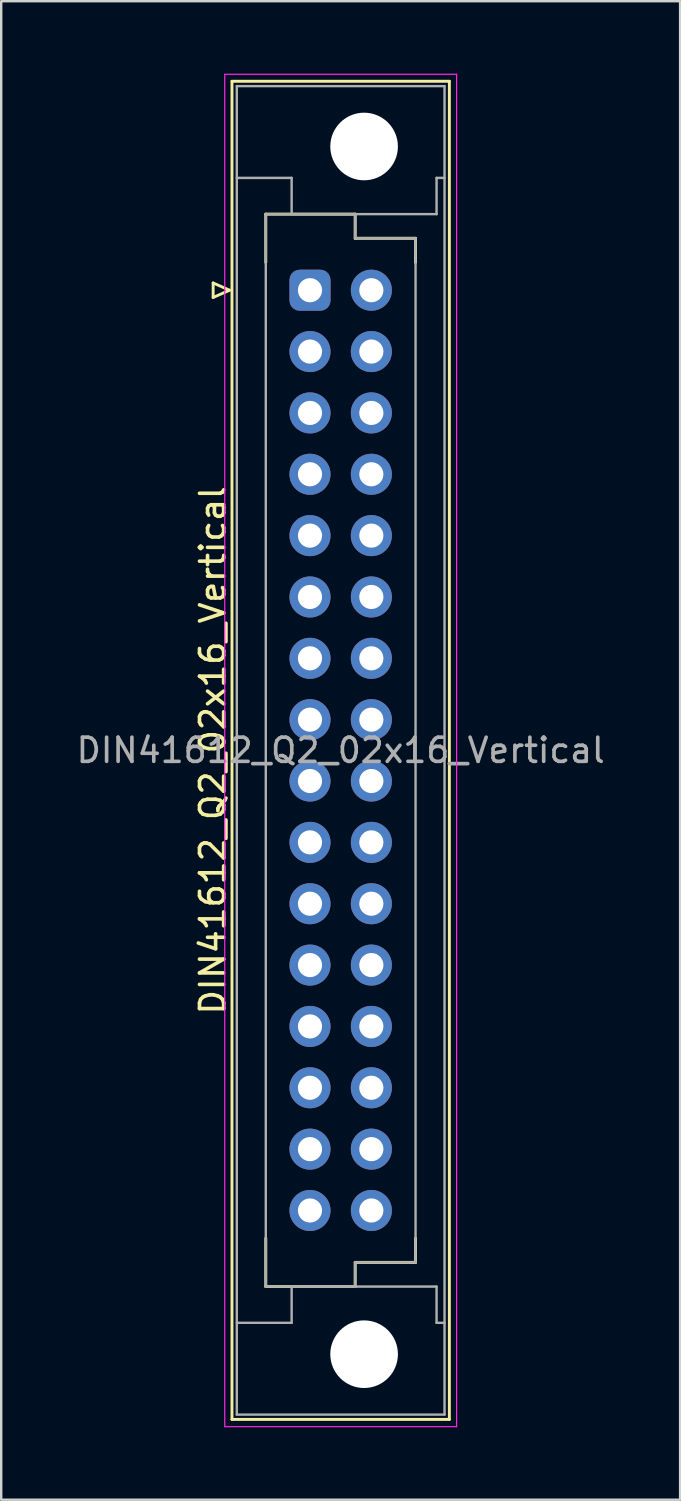
<source format=kicad_pcb>
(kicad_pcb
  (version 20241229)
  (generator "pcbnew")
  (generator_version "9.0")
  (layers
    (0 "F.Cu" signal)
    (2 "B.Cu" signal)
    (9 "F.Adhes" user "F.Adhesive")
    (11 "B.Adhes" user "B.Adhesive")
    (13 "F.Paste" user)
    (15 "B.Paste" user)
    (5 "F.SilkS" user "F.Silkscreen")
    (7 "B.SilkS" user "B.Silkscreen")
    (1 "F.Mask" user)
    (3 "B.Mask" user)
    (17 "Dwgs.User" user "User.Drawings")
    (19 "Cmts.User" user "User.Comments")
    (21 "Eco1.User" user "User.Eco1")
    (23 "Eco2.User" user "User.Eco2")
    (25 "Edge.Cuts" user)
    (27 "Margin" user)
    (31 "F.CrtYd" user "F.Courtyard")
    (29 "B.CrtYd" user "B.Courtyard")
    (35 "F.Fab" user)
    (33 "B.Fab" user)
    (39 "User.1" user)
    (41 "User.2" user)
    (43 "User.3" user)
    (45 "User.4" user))
  (footprint "DIN41612_Q2_02x16_Vertical"
    (layer "F.Cu")
    (at 9.784 8.965)
    (property "Reference" "DIN41612_Q2_02x16_Vertical" (at -4.03 19.05 90) (layer "F.SilkS") (effects (font (size 1 1) (thickness 0.15))))
    (attr through_hole)
    (fp_line (start -4.01 -0.3) (end -4.01 0.3) (stroke (width 0.12) (type solid)) (layer "F.SilkS"))
    (fp_line (start -4.01 0.3) (end -3.33 0) (stroke (width 0.12) (type solid)) (layer "F.SilkS"))
    (fp_line (start -3.33 0) (end -4.01 -0.3) (stroke (width 0.12) (type solid)) (layer "F.SilkS"))
    (fp_line (start -3.23 -8.65) (end 5.77 -8.65) (stroke (width 0.12) (type solid)) (layer "F.SilkS"))
    (fp_line (start -3.23 46.75) (end -3.23 -8.65) (stroke (width 0.12) (type solid)) (layer "F.SilkS"))
    (fp_line (start -1.83 -3.15) (end 1.87 -3.15) (stroke (width 0.12) (type solid)) (layer "F.SilkS"))
    (fp_line (start -1.83 -1.15) (end -1.83 -3.15) (stroke (width 0.12) (type solid)) (layer "F.SilkS"))
    (fp_line (start -1.83 39.25) (end -1.83 41.25) (stroke (width 0.12) (type solid)) (layer "F.SilkS"))
    (fp_line (start -1.83 41.25) (end 1.87 41.25) (stroke (width 0.12) (type solid)) (layer "F.SilkS"))
    (fp_line (start 1.87 -3.15) (end 1.87 -2.15) (stroke (width 0.12) (type solid)) (layer "F.SilkS"))
    (fp_line (start 1.87 -2.15) (end 4.37 -2.15) (stroke (width 0.12) (type solid)) (layer "F.SilkS"))
    (fp_line (start 1.87 40.25) (end 4.37 40.25) (stroke (width 0.12) (type solid)) (layer "F.SilkS"))
    (fp_line (start 1.87 41.25) (end 1.87 40.25) (stroke (width 0.12) (type solid)) (layer "F.SilkS"))
    (fp_line (start 4.37 -2.15) (end 4.37 -1.15) (stroke (width 0.12) (type solid)) (layer "F.SilkS"))
    (fp_line (start 4.37 40.25) (end 4.37 39.25) (stroke (width 0.12) (type solid)) (layer "F.SilkS"))
    (fp_line (start 5.77 -8.65) (end 5.77 46.75) (stroke (width 0.12) (type solid)) (layer "F.SilkS"))
    (fp_line (start 5.77 46.75) (end -3.23 46.75) (stroke (width 0.12) (type solid)) (layer "F.SilkS"))
    (fp_line (start -3.53 -8.94) (end 6.07 -8.94) (stroke (width 0.05) (type solid)) (layer "F.CrtYd"))
    (fp_line (start -3.53 47.05) (end -3.53 -8.94) (stroke (width 0.05) (type solid)) (layer "F.CrtYd"))
    (fp_line (start 6.07 -8.94) (end 6.07 47.05) (stroke (width 0.05) (type solid)) (layer "F.CrtYd"))
    (fp_line (start 6.07 47.05) (end -3.53 47.05) (stroke (width 0.05) (type solid)) (layer "F.CrtYd"))
    (fp_line (start -3.03 -8.45) (end 5.57 -8.45) (stroke (width 0.1) (type solid)) (layer "F.Fab"))
    (fp_line (start -3.03 -4.65) (end -0.76 -4.65) (stroke (width 0.1) (type solid)) (layer "F.Fab"))
    (fp_line (start -3.03 42.75) (end -0.76 42.75) (stroke (width 0.1) (type solid)) (layer "F.Fab"))
    (fp_line (start -3.03 46.55) (end -3.03 -8.45) (stroke (width 0.1) (type solid)) (layer "F.Fab"))
    (fp_line (start -1.83 -3.15) (end 1.87 -3.15) (stroke (width 0.1) (type solid)) (layer "F.Fab"))
    (fp_line (start -1.83 41.25) (end -1.83 -3.15) (stroke (width 0.1) (type solid)) (layer "F.Fab"))
    (fp_line (start -0.76 -4.65) (end -0.76 -3.15) (stroke (width 0.1) (type solid)) (layer "F.Fab"))
    (fp_line (start -0.76 -3.15) (end 5.24 -3.15) (stroke (width 0.1) (type solid)) (layer "F.Fab"))
    (fp_line (start -0.76 41.25) (end 5.24 41.25) (stroke (width 0.1) (type solid)) (layer "F.Fab"))
    (fp_line (start -0.76 42.75) (end -0.76 41.25) (stroke (width 0.1) (type solid)) (layer "F.Fab"))
    (fp_line (start 1.87 -3.15) (end 1.87 -2.15) (stroke (width 0.1) (type solid)) (layer "F.Fab"))
    (fp_line (start 1.87 -2.15) (end 4.37 -2.15) (stroke (width 0.1) (type solid)) (layer "F.Fab"))
    (fp_line (start 1.87 40.25) (end 1.87 41.25) (stroke (width 0.1) (type solid)) (layer "F.Fab"))
    (fp_line (start 1.87 41.25) (end -1.83 41.25) (stroke (width 0.1) (type solid)) (layer "F.Fab"))
    (fp_line (start 4.37 -2.15) (end 4.37 40.25) (stroke (width 0.1) (type solid)) (layer "F.Fab"))
    (fp_line (start 4.37 40.25) (end 1.87 40.25) (stroke (width 0.1) (type solid)) (layer "F.Fab"))
    (fp_line (start 5.24 -4.65) (end 5.57 -4.65) (stroke (width 0.1) (type solid)) (layer "F.Fab"))
    (fp_line (start 5.24 -3.15) (end 5.24 -4.65) (stroke (width 0.1) (type solid)) (layer "F.Fab"))
    (fp_line (start 5.24 41.25) (end 5.24 42.75) (stroke (width 0.1) (type solid)) (layer "F.Fab"))
    (fp_line (start 5.24 42.75) (end 5.57 42.75) (stroke (width 0.1) (type solid)) (layer "F.Fab"))
    (fp_line (start 5.57 -8.45) (end 5.57 46.55) (stroke (width 0.1) (type solid)) (layer "F.Fab"))
    (fp_line (start 5.57 46.55) (end -3.03 46.55) (stroke (width 0.1) (type solid)) (layer "F.Fab"))
    (fp_text user "${REFERENCE}" (at 1.27 19.05 0) (layer "F.Fab") (effects (font (size 1 1) (thickness 0.15))))
    (pad "" np_thru_hole circle (at 2.24 -5.95) (size 2.8 2.8) (drill 2.8) (layers "*.Cu" "*.Mask"))
    (pad "" np_thru_hole circle (at 2.24 44.05) (size 2.8 2.8) (drill 2.8) (layers "*.Cu" "*.Mask"))
    (pad "a1" thru_hole roundrect (at 0 0) (size 1.7 1.7) (drill 1) (layers "*.Cu" "*.Mask") (roundrect_rratio 0.25))
    (pad "a2" thru_hole circle (at 0 2.54) (size 1.7 1.7) (drill 1) (layers "*.Cu" "*.Mask"))
    (pad "a3" thru_hole circle (at 0 5.08) (size 1.7 1.7) (drill 1) (layers "*.Cu" "*.Mask"))
    (pad "a4" thru_hole circle (at 0 7.62) (size 1.7 1.7) (drill 1) (layers "*.Cu" "*.Mask"))
    (pad "a5" thru_hole circle (at 0 10.16) (size 1.7 1.7) (drill 1) (layers "*.Cu" "*.Mask"))
    (pad "a6" thru_hole circle (at 0 12.7) (size 1.7 1.7) (drill 1) (layers "*.Cu" "*.Mask"))
    (pad "a7" thru_hole circle (at 0 15.24) (size 1.7 1.7) (drill 1) (layers "*.Cu" "*.Mask"))
    (pad "a8" thru_hole circle (at 0 17.78) (size 1.7 1.7) (drill 1) (layers "*.Cu" "*.Mask"))
    (pad "a9" thru_hole circle (at 0 20.32) (size 1.7 1.7) (drill 1) (layers "*.Cu" "*.Mask"))
    (pad "a10" thru_hole circle (at 0 22.86) (size 1.7 1.7) (drill 1) (layers "*.Cu" "*.Mask"))
    (pad "a11" thru_hole circle (at 0 25.4) (size 1.7 1.7) (drill 1) (layers "*.Cu" "*.Mask"))
    (pad "a12" thru_hole circle (at 0 27.94) (size 1.7 1.7) (drill 1) (layers "*.Cu" "*.Mask"))
    (pad "a13" thru_hole circle (at 0 30.48) (size 1.7 1.7) (drill 1) (layers "*.Cu" "*.Mask"))
    (pad "a14" thru_hole circle (at 0 33.02) (size 1.7 1.7) (drill 1) (layers "*.Cu" "*.Mask"))
    (pad "a15" thru_hole circle (at 0 35.56) (size 1.7 1.7) (drill 1) (layers "*.Cu" "*.Mask"))
    (pad "a16" thru_hole circle (at 0 38.1) (size 1.7 1.7) (drill 1) (layers "*.Cu" "*.Mask"))
    (pad "b1" thru_hole circle (at 2.54 0) (size 1.7 1.7) (drill 1) (layers "*.Cu" "*.Mask"))
    (pad "b2" thru_hole circle (at 2.54 2.54) (size 1.7 1.7) (drill 1) (layers "*.Cu" "*.Mask"))
    (pad "b3" thru_hole circle (at 2.54 5.08) (size 1.7 1.7) (drill 1) (layers "*.Cu" "*.Mask"))
    (pad "b4" thru_hole circle (at 2.54 7.62) (size 1.7 1.7) (drill 1) (layers "*.Cu" "*.Mask"))
    (pad "b5" thru_hole circle (at 2.54 10.16) (size 1.7 1.7) (drill 1) (layers "*.Cu" "*.Mask"))
    (pad "b6" thru_hole circle (at 2.54 12.7) (size 1.7 1.7) (drill 1) (layers "*.Cu" "*.Mask"))
    (pad "b7" thru_hole circle (at 2.54 15.24) (size 1.7 1.7) (drill 1) (layers "*.Cu" "*.Mask"))
    (pad "b8" thru_hole circle (at 2.54 17.78) (size 1.7 1.7) (drill 1) (layers "*.Cu" "*.Mask"))
    (pad "b9" thru_hole circle (at 2.54 20.32) (size 1.7 1.7) (drill 1) (layers "*.Cu" "*.Mask"))
    (pad "b10" thru_hole circle (at 2.54 22.86) (size 1.7 1.7) (drill 1) (layers "*.Cu" "*.Mask"))
    (pad "b11" thru_hole circle (at 2.54 25.4) (size 1.7 1.7) (drill 1) (layers "*.Cu" "*.Mask"))
    (pad "b12" thru_hole circle (at 2.54 27.94) (size 1.7 1.7) (drill 1) (layers "*.Cu" "*.Mask"))
    (pad "b13" thru_hole circle (at 2.54 30.48) (size 1.7 1.7) (drill 1) (layers "*.Cu" "*.Mask"))
    (pad "b14" thru_hole circle (at 2.54 33.02) (size 1.7 1.7) (drill 1) (layers "*.Cu" "*.Mask"))
    (pad "b15" thru_hole circle (at 2.54 35.56) (size 1.7 1.7) (drill 1) (layers "*.Cu" "*.Mask"))
    (pad "b16" thru_hole circle (at 2.54 38.1) (size 1.7 1.7) (drill 1) (layers "*.Cu" "*.Mask")))
  (gr_rect
    (start -3 -3)
    (end 25.107 59.04)
    (stroke (width 0.1) (type default))
    (fill no)
    (layer "Edge.Cuts")))
</source>
